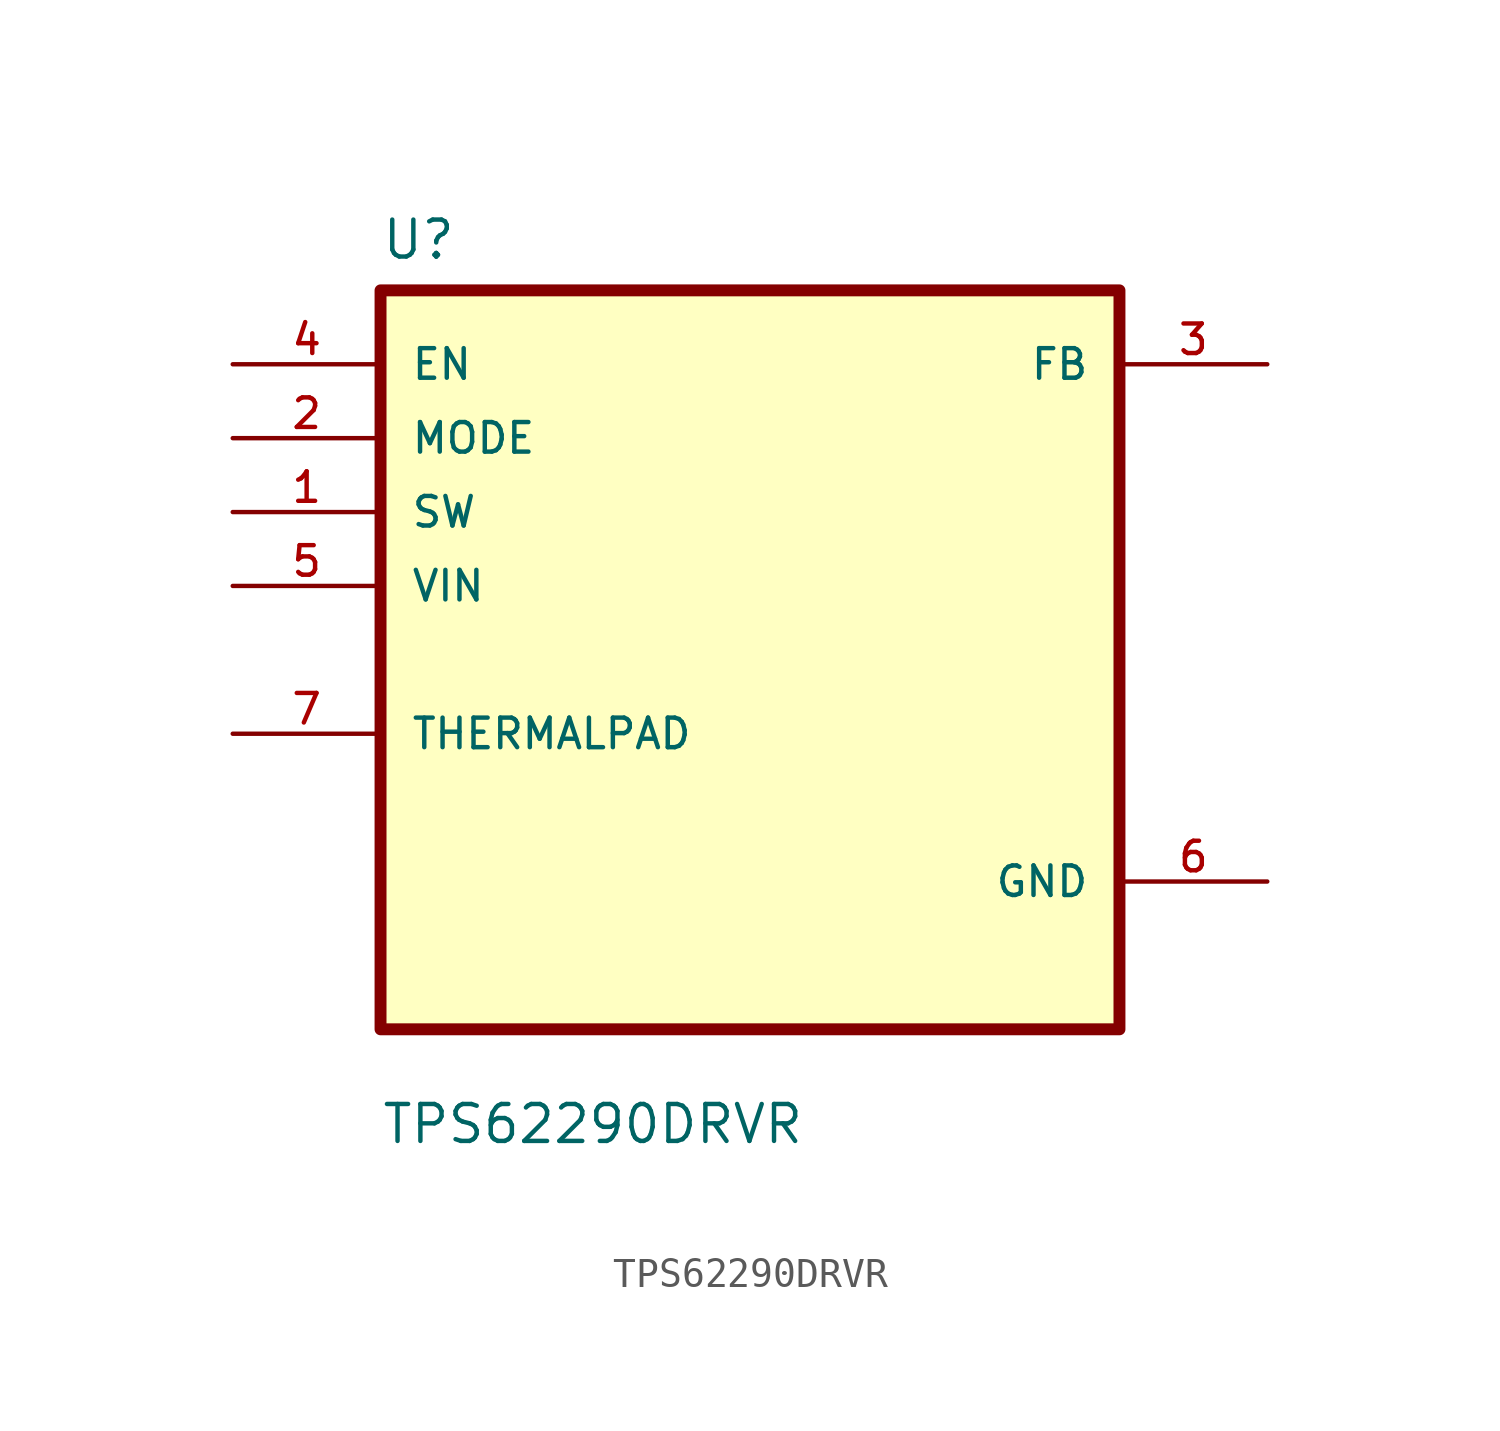
<source format=kicad_sym>
(kicad_symbol_lib
  (version 20211014)
  (generator kicad_symbol_editor)
  (symbol "TPS62290DRVR"
    (pin_names
      (offset 1.016))
    (property "Reference" "U"
      (at -12.7 13.7 0.0)
      (effects (font (size 1.27 1.27)) (justify bottom left)))
    (property "Value" "TPS62290DRVR"
      (at -12.7 -16.7 0.0)
      (effects (font (size 1.27 1.27)) (justify bottom left)))
    (symbol "TPS62290DRVR_0_0"
      (rectangle (start -12.7 -12.7) (end 12.7 12.7) (stroke (width 0.41)) (fill (type background)))
      (pin input line (at -17.78 10.16 0) (length 5.08) (name "EN" (effects (font (size 1.016 1.016)))) (number "4" (effects (font (size 1.016 1.016)))))
      (pin input line (at -17.78 7.62 0) (length 5.08) (name "MODE" (effects (font (size 1.016 1.016)))) (number "2" (effects (font (size 1.016 1.016)))))
      (pin input line (at -17.78 5.08 0) (length 5.08) (name "SW" (effects (font (size 1.016 1.016)))) (number "1" (effects (font (size 1.016 1.016)))))
      (pin input line (at -17.78 2.54 0) (length 5.08) (name "VIN" (effects (font (size 1.016 1.016)))) (number "5" (effects (font (size 1.016 1.016)))))
      (pin bidirectional line (at -17.78 -2.54 0) (length 5.08) (name "THERMALPAD" (effects (font (size 1.016 1.016)))) (number "7" (effects (font (size 1.016 1.016)))))
      (pin output line (at 17.78 10.16 180.0) (length 5.08) (name "FB" (effects (font (size 1.016 1.016)))) (number "3" (effects (font (size 1.016 1.016)))))
      (pin power_in line (at 17.78 -7.62 180.0) (length 5.08) (name "GND" (effects (font (size 1.016 1.016)))) (number "6" (effects (font (size 1.016 1.016))))))))
</source>
